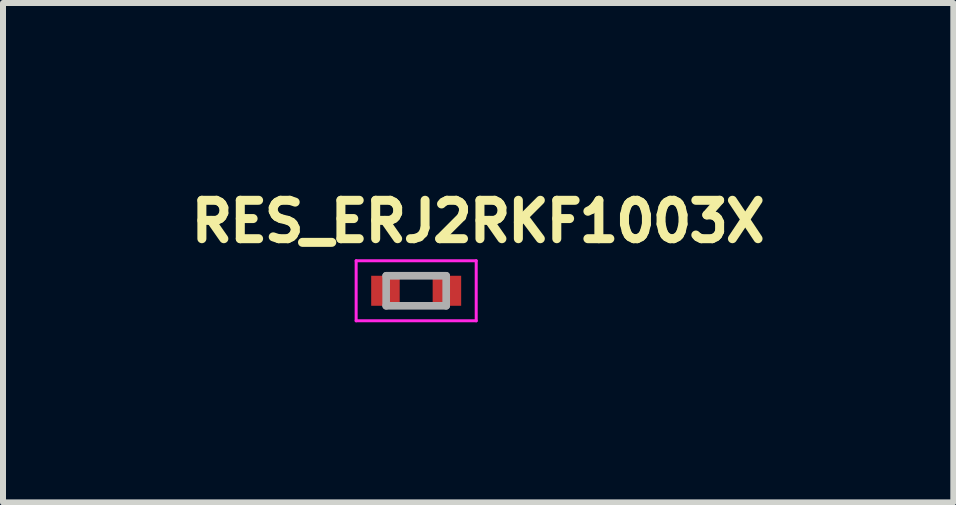
<source format=kicad_pcb>
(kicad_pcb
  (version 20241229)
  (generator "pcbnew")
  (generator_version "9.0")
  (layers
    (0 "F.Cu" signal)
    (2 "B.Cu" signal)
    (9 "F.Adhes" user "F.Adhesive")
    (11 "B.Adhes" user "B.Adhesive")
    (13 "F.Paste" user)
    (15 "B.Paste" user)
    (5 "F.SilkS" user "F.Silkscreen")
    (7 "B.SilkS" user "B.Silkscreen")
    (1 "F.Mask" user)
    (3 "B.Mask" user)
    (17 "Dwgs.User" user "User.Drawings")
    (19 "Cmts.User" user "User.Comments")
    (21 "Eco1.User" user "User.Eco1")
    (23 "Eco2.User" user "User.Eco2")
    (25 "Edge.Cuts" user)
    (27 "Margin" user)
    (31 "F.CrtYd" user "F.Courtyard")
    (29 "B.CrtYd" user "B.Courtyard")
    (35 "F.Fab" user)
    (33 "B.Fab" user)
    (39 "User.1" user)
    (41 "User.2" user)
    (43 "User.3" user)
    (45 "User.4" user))
  (footprint "RES_ERJ2RKF1003X"
    (layer "F.Cu")
    (at 3.883 1.794)
    (property "Reference" "RES_ERJ2RKF1003X" (at 1.032 -1.156 0) (layer "F.SilkS") (effects (font (size 0.64 0.64) (thickness 0.15))))
    (attr smd)
    (fp_line (start -1 -0.5) (end -1 0.5) (stroke (width 0.05) (type solid)) (layer "F.CrtYd"))
    (fp_line (start -1 0.5) (end 1 0.5) (stroke (width 0.05) (type solid)) (layer "F.CrtYd"))
    (fp_line (start 1 -0.5) (end -1 -0.5) (stroke (width 0.05) (type solid)) (layer "F.CrtYd"))
    (fp_line (start 1 0.5) (end 1 -0.5) (stroke (width 0.05) (type solid)) (layer "F.CrtYd"))
    (fp_line (start -0.5 -0.25) (end -0.5 0.25) (stroke (width 0.127) (type solid)) (layer "F.Fab"))
    (fp_line (start -0.5 -0.25) (end 0.5 -0.25) (stroke (width 0.127) (type solid)) (layer "F.Fab"))
    (fp_line (start -0.5 0.25) (end 0.5 0.25) (stroke (width 0.127) (type solid)) (layer "F.Fab"))
    (fp_line (start 0.5 -0.25) (end 0.5 0.25) (stroke (width 0.127) (type solid)) (layer "F.Fab"))
    (pad "1" smd rect (at -0.512 0) (size 0.475 0.5) (layers "F.Cu" "F.Mask" "F.Paste"))
    (pad "2" smd rect (at 0.512 0) (size 0.475 0.5) (layers "F.Cu" "F.Mask" "F.Paste")))
  (gr_rect
    (start -3 -3)
    (end 12.831 5.319)
    (stroke (width 0.1) (type default))
    (fill no)
    (layer "Edge.Cuts")))
</source>
